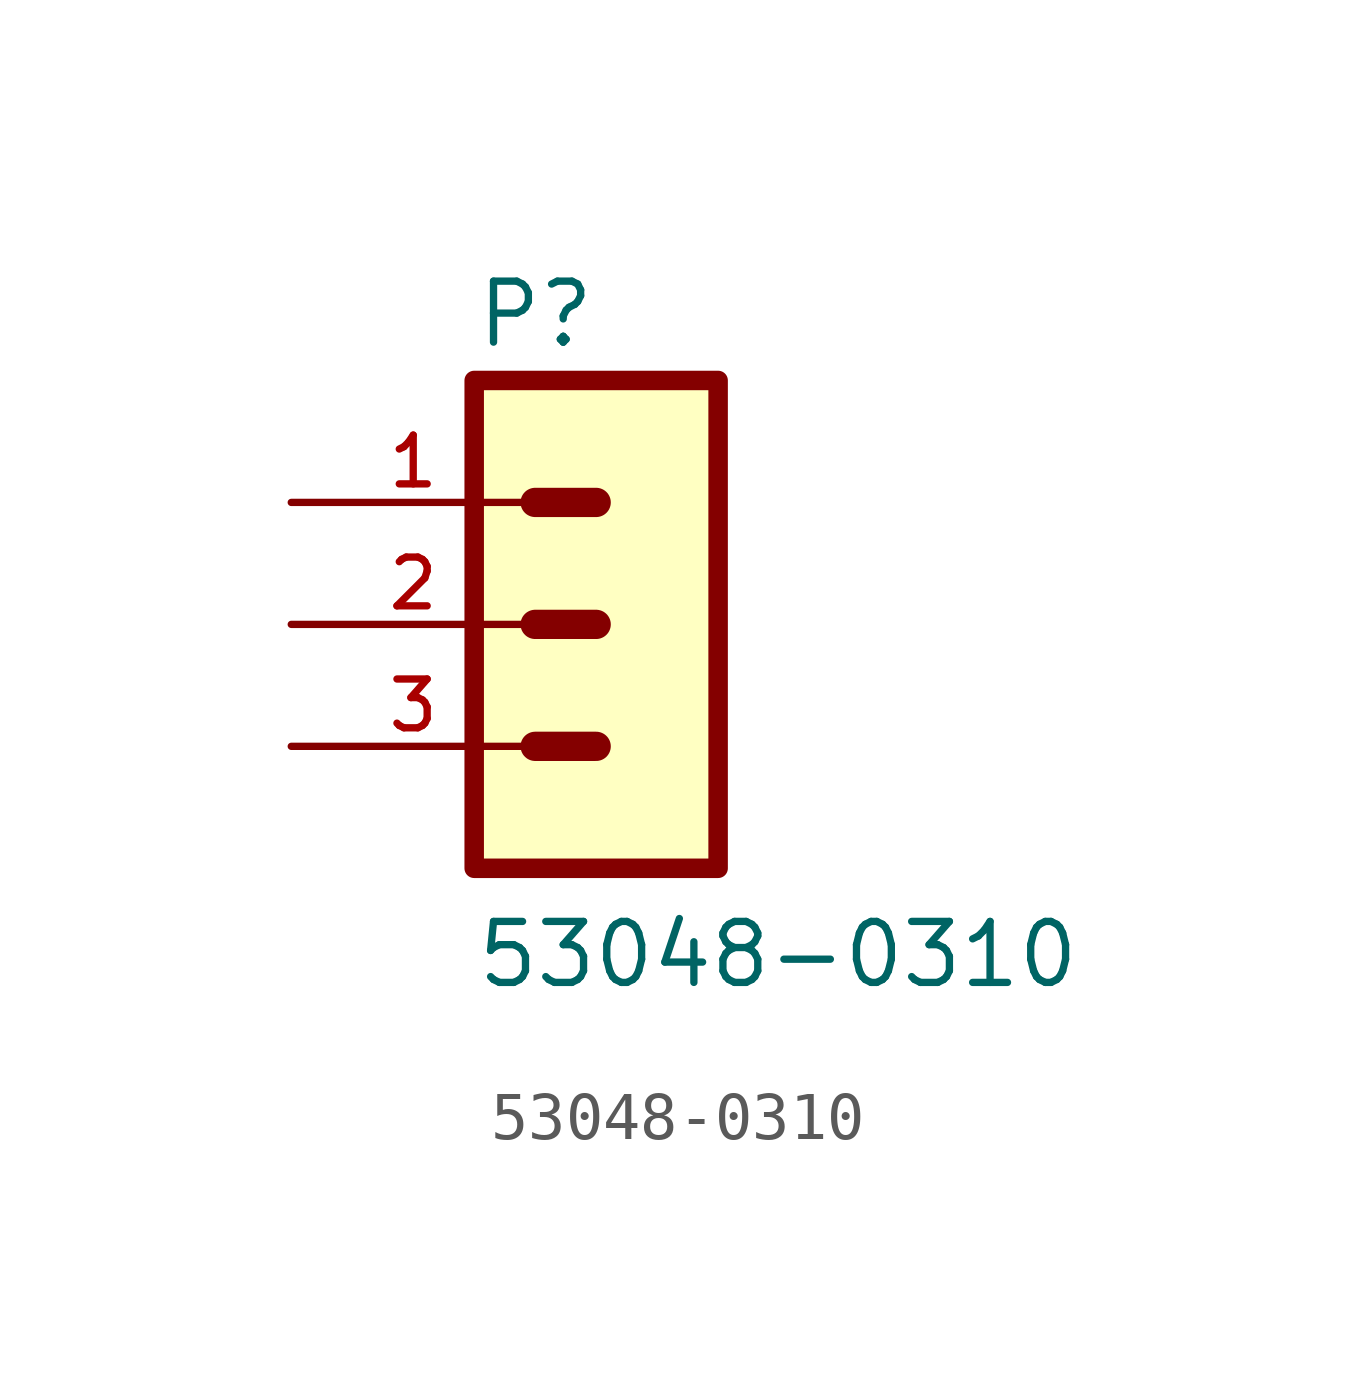
<source format=kicad_sym>
(kicad_symbol_lib
  (version 20211014)
  (generator kicad_symbol_editor)
  (symbol "53048-0310"
    (pin_names
      (offset 1.016))
    (property "Reference" "P"
      (at -1.27 5.715 0)
      (effects (font (size 1.27 1.27)) (justify bottom left)))
    (property "Value" "53048-0310"
      (at -1.27 -7.62 0)
      (effects (font (size 1.27 1.27)) (justify bottom left)))
    (symbol "53048-0310_0_0"
      (polyline (pts (xy 1.27 2.54) (xy 0.0 2.54)) (stroke (width 0.61)))
      (polyline (pts (xy 1.27 0.0) (xy 0.0 0.0)) (stroke (width 0.61)))
      (polyline (pts (xy 1.27 -2.54) (xy 0.0 -2.54)) (stroke (width 0.61)))
      (rectangle (start -1.27 -5.08) (end 3.81 5.08) (stroke (width 0.406)) (fill (type background)))
      (pin passive line (at -5.08 2.54 0) (length 5.08) (name "~" (effects (font (size 1.016 1.016)))) (number "1" (effects (font (size 1.016 1.016)))))
      (pin passive line (at -5.08 0.0 0) (length 5.08) (name "~" (effects (font (size 1.016 1.016)))) (number "2" (effects (font (size 1.016 1.016)))))
      (pin passive line (at -5.08 -2.54 0) (length 5.08) (name "~" (effects (font (size 1.016 1.016)))) (number "3" (effects (font (size 1.016 1.016))))))))
</source>
